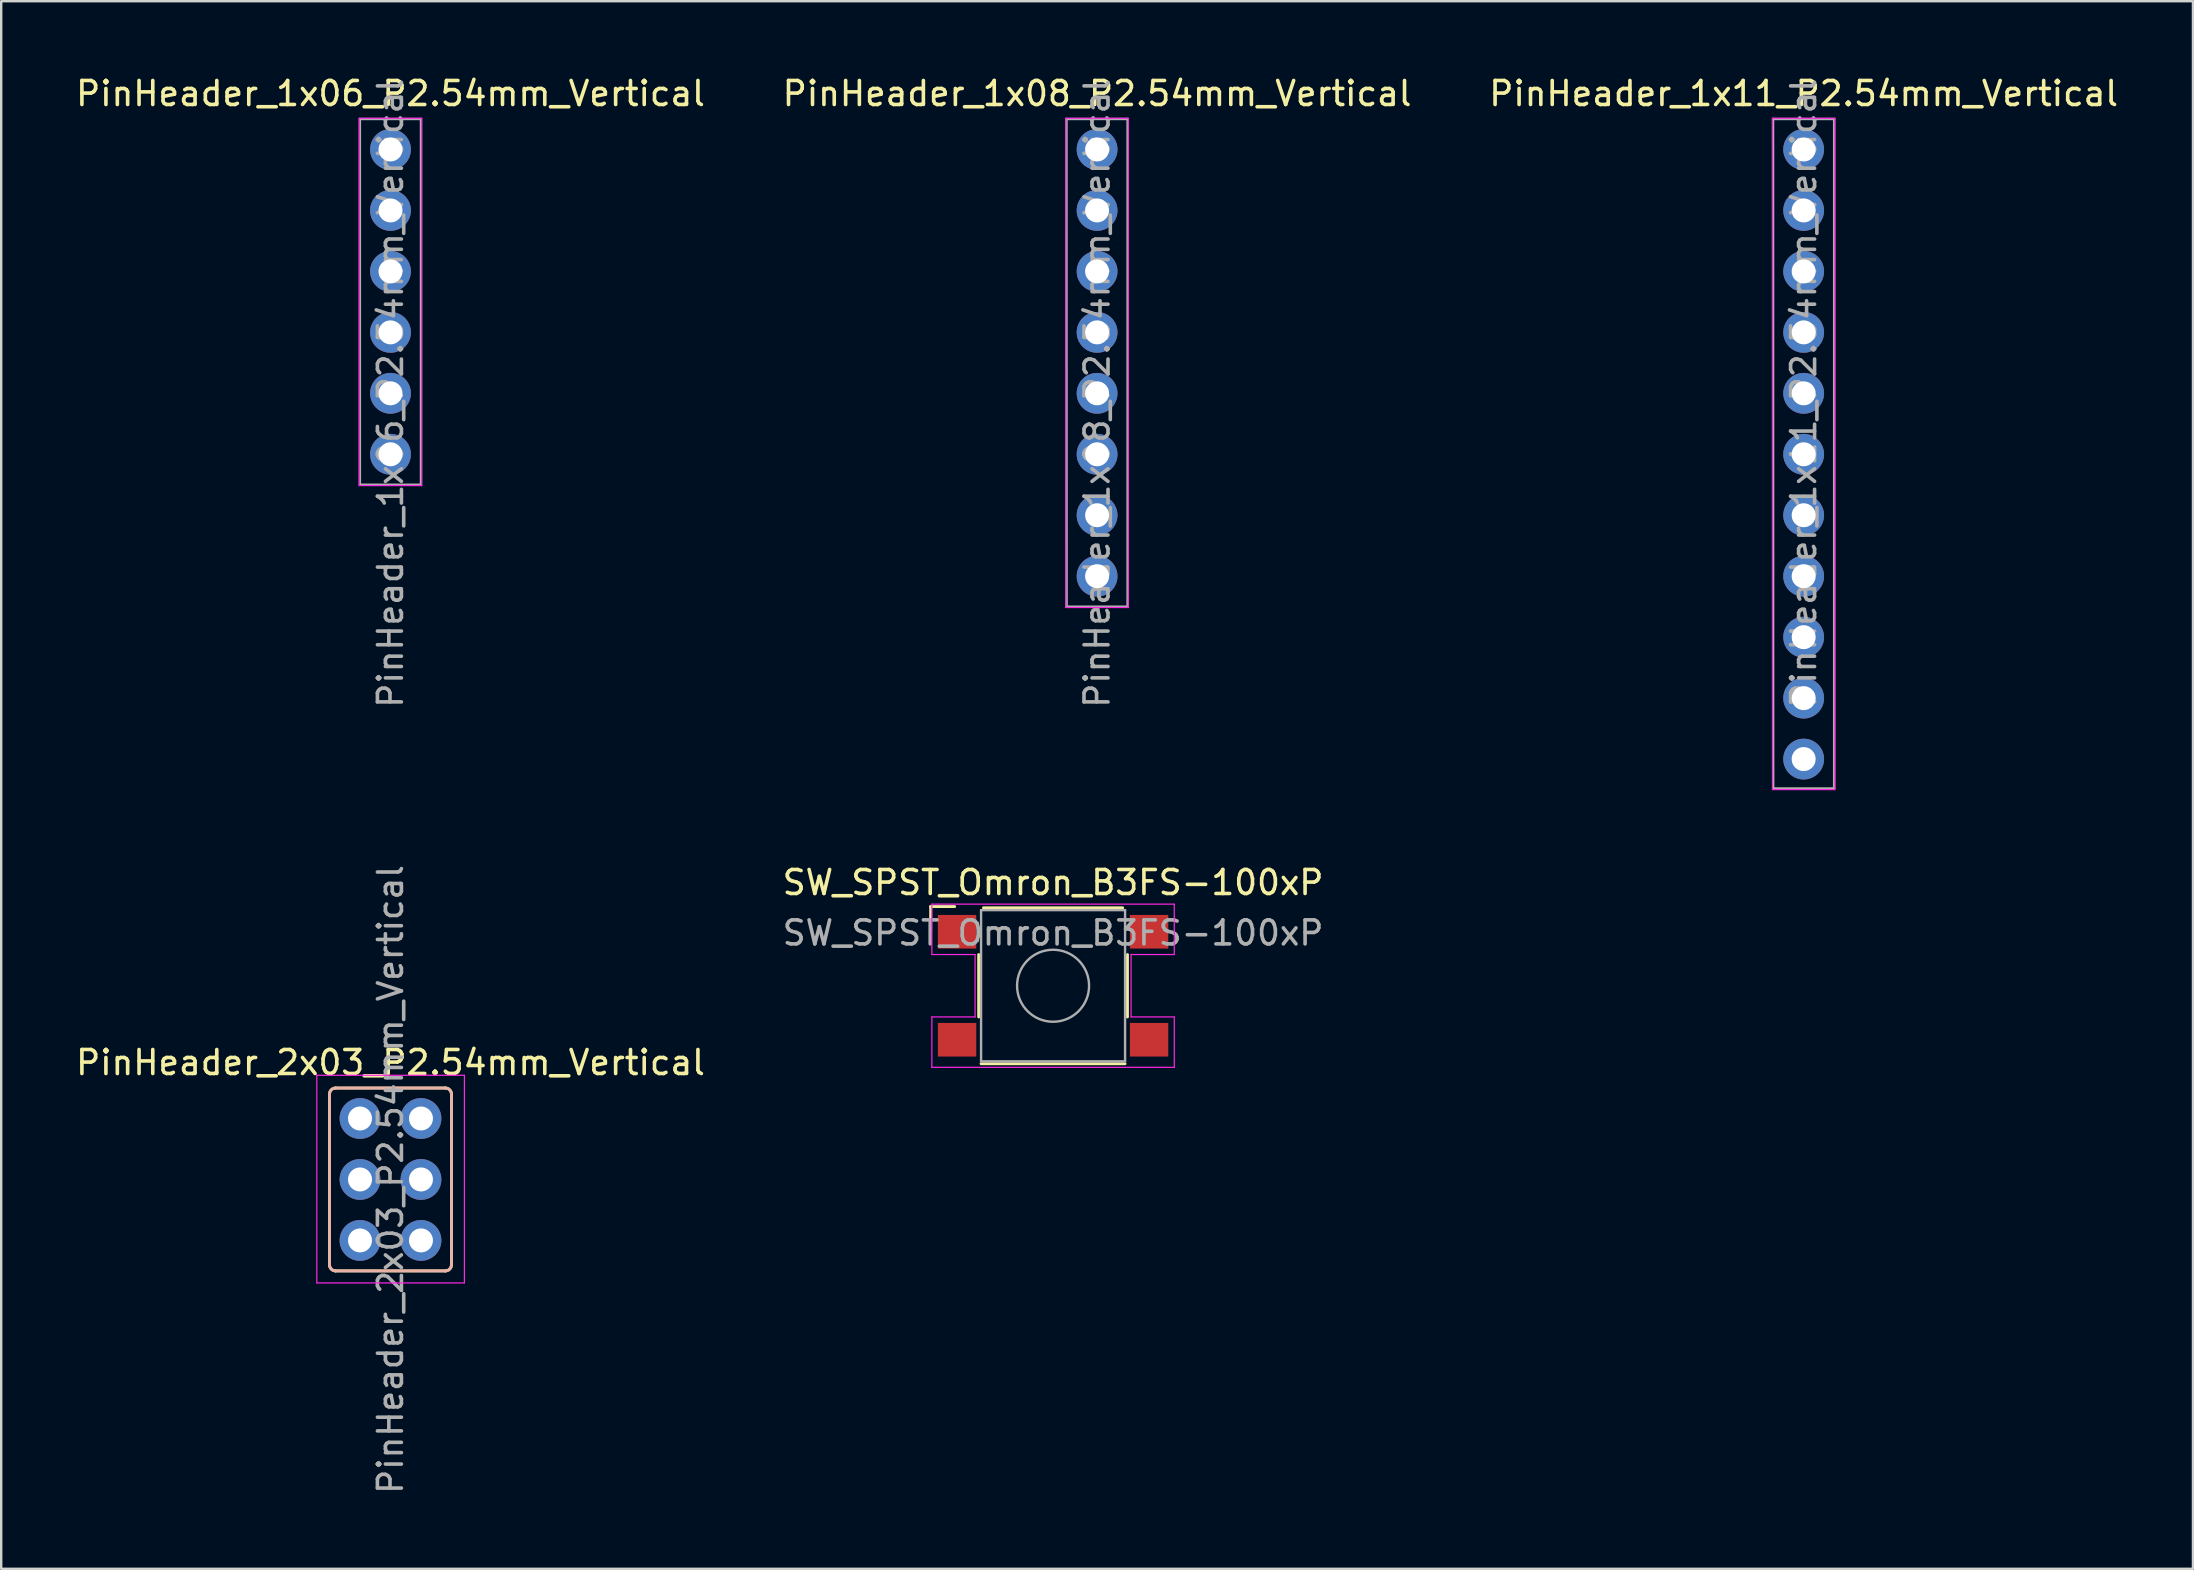
<source format=kicad_pcb>
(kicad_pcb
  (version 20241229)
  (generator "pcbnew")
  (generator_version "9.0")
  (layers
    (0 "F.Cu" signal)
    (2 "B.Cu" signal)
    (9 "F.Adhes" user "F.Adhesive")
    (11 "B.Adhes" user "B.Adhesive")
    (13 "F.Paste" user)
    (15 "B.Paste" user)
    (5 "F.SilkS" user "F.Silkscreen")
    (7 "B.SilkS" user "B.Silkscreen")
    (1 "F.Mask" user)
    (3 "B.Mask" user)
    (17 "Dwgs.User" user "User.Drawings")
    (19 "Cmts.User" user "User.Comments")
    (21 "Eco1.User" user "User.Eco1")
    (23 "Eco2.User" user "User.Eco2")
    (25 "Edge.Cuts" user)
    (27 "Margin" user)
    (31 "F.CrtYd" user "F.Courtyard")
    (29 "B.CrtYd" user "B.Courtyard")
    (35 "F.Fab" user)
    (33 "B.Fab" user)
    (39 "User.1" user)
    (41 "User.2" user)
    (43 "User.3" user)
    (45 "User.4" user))
  (footprint "PinHeader_2x03_P2.54mm_Vertical"
    (layer "F.Cu")
    (at 11.95 43.553)
    (property "Reference" "PinHeader_2x03_P2.54mm_Vertical" (at 1.27 -2.33 0) (layer "F.SilkS") (effects (font (size 1 1) (thickness 0.15))))
    (attr through_hole)
    (fp_line (start -1.27 -1.016) (end -1.27 6.096) (stroke (width 0.12) (type solid)) (layer "F.SilkS"))
    (fp_line (start -1.016 -1.27) (end 3.556 -1.27) (stroke (width 0.12) (type solid)) (layer "F.SilkS"))
    (fp_line (start -1.016 6.35) (end 3.556 6.35) (stroke (width 0.12) (type solid)) (layer "F.SilkS"))
    (fp_line (start 3.81 -1.016) (end 3.81 6.096) (stroke (width 0.12) (type solid)) (layer "F.SilkS"))
    (fp_arc (start -1.27 -1.016) (mid -1.195605 -1.195605) (end -1.016 -1.27) (stroke (width 0.12) (type solid)) (layer "F.SilkS"))
    (fp_arc (start -1.016 6.35) (mid -1.195605 6.275605) (end -1.27 6.096) (stroke (width 0.12) (type solid)) (layer "F.SilkS"))
    (fp_arc (start 3.556 -1.27) (mid 3.735605 -1.195605) (end 3.81 -1.016) (stroke (width 0.12) (type solid)) (layer "F.SilkS"))
    (fp_arc (start 3.81 6.096) (mid 3.735605 6.275605) (end 3.556 6.35) (stroke (width 0.12) (type solid)) (layer "F.SilkS"))
    (fp_line (start -1.27 6.096) (end -1.27 -1.016) (stroke (width 0.12) (type solid)) (layer "B.SilkS"))
    (fp_line (start -1.016 -1.27) (end 3.556 -1.27) (stroke (width 0.12) (type solid)) (layer "B.SilkS"))
    (fp_line (start -1.016 6.35) (end 3.556 6.35) (stroke (width 0.12) (type solid)) (layer "B.SilkS"))
    (fp_line (start 3.81 6.096) (end 3.81 -1.016) (stroke (width 0.12) (type solid)) (layer "B.SilkS"))
    (fp_arc (start -1.27 -1.016) (mid -1.195605 -1.195605) (end -1.016 -1.27) (stroke (width 0.12) (type solid)) (layer "B.SilkS"))
    (fp_arc (start -1.016 6.35) (mid -1.195605 6.275605) (end -1.27 6.096) (stroke (width 0.12) (type solid)) (layer "B.SilkS"))
    (fp_arc (start 3.556 -1.27) (mid 3.735605 -1.195605) (end 3.81 -1.016) (stroke (width 0.12) (type solid)) (layer "B.SilkS"))
    (fp_arc (start 3.81 6.096) (mid 3.735605 6.275605) (end 3.556 6.35) (stroke (width 0.12) (type solid)) (layer "B.SilkS"))
    (fp_line (start -1.8 -1.8) (end -1.8 6.85) (stroke (width 0.05) (type solid)) (layer "F.CrtYd"))
    (fp_line (start -1.8 6.85) (end 4.35 6.85) (stroke (width 0.05) (type solid)) (layer "F.CrtYd"))
    (fp_line (start 4.35 -1.8) (end -1.8 -1.8) (stroke (width 0.05) (type solid)) (layer "F.CrtYd"))
    (fp_line (start 4.35 6.85) (end 4.35 -1.8) (stroke (width 0.05) (type solid)) (layer "F.CrtYd"))
    (fp_text user "${REFERENCE}" (at 1.27 2.54 90) (layer "F.Fab") (effects (font (size 1 1) (thickness 0.15))))
    (pad "1" thru_hole oval (at 0 0) (size 1.7 1.7) (drill 1) (layers "*.Cu" "*.Mask"))
    (pad "2" thru_hole oval (at 2.54 0) (size 1.7 1.7) (drill 1) (layers "*.Cu" "*.Mask"))
    (pad "3" thru_hole oval (at 0 2.54) (size 1.7 1.7) (drill 1) (layers "*.Cu" "*.Mask"))
    (pad "4" thru_hole oval (at 2.54 2.54) (size 1.7 1.7) (drill 1) (layers "*.Cu" "*.Mask"))
    (pad "5" thru_hole oval (at 0 5.08) (size 1.7 1.7) (drill 1) (layers "*.Cu" "*.Mask"))
    (pad "6" thru_hole oval (at 2.54 5.08) (size 1.7 1.7) (drill 1) (layers "*.Cu" "*.Mask")))
  (footprint "PinHeader_1x06_P2.54mm_Vertical"
    (layer "F.Cu")
    (at 13.22 3.178)
    (property "Reference" "PinHeader_1x06_P2.54mm_Vertical" (at 0 -2.33 0) (layer "F.SilkS") (effects (font (size 1 1) (thickness 0.15))))
    (attr through_hole)
    (fp_line (start -1.3 -1.3) (end -1.3 14.005) (stroke (width 0.05) (type solid)) (layer "F.CrtYd"))
    (fp_line (start -1.3 14.005) (end 1.3 14.005) (stroke (width 0.05) (type solid)) (layer "F.CrtYd"))
    (fp_line (start 1.3 -1.3) (end -1.3 -1.3) (stroke (width 0.05) (type solid)) (layer "F.CrtYd"))
    (fp_line (start 1.3 14.005) (end 1.3 -1.3) (stroke (width 0.05) (type solid)) (layer "F.CrtYd"))
    (fp_line (start -1.275 -1.27) (end 1.27 -1.27) (stroke (width 0.1) (type solid)) (layer "F.Fab"))
    (fp_line (start -1.275 13.97) (end -1.275 -1.27) (stroke (width 0.1) (type solid)) (layer "F.Fab"))
    (fp_line (start 1.27 -1.27) (end 1.27 13.97) (stroke (width 0.1) (type solid)) (layer "F.Fab"))
    (fp_line (start 1.27 13.97) (end -1.27 13.97) (stroke (width 0.1) (type solid)) (layer "F.Fab"))
    (fp_text user "${REFERENCE}" (at 0 10.16 90) (layer "F.Fab") (effects (font (size 1 1) (thickness 0.15))))
    (pad "1" thru_hole circle (at 0 0) (size 1.7 1.7) (drill 1) (layers "*.Cu" "*.Mask"))
    (pad "2" thru_hole oval (at 0 2.54) (size 1.7 1.7) (drill 1) (layers "*.Cu" "*.Mask"))
    (pad "3" thru_hole oval (at 0 5.08) (size 1.7 1.7) (drill 1) (layers "*.Cu" "*.Mask"))
    (pad "4" thru_hole oval (at 0 7.62) (size 1.7 1.7) (drill 1) (layers "*.Cu" "*.Mask"))
    (pad "5" thru_hole oval (at 0 10.16) (size 1.7 1.7) (drill 1) (layers "*.Cu" "*.Mask"))
    (pad "6" thru_hole oval (at 0 12.7) (size 1.7 1.7) (drill 1) (layers "*.Cu" "*.Mask")))
  (footprint "SW_SPST_Omron_B3FS-100xP"
    (layer "F.Cu")
    (at 40.827 38.022)
    (property "Reference" "SW_SPST_Omron_B3FS-100xP" (at 0 -4.3 0) (layer "F.SilkS") (effects (font (size 1 1) (thickness 0.15))))
    (attr smd)
    (fp_line (start -5.1 -3.3) (end -4.1 -3.3) (stroke (width 0.12) (type solid)) (layer "F.SilkS"))
    (fp_line (start -5.1 -2.3) (end -5.1 -3.3) (stroke (width 0.12) (type solid)) (layer "F.SilkS"))
    (fp_line (start -3.1 -1.3) (end -3.1 1.3) (stroke (width 0.12) (type solid)) (layer "F.SilkS"))
    (fp_line (start 2.9 -3.25) (end -2.9 -3.25) (stroke (width 0.12) (type solid)) (layer "F.SilkS"))
    (fp_line (start 3 3.25) (end -3 3.25) (stroke (width 0.12) (type solid)) (layer "F.SilkS"))
    (fp_line (start 3.1 -1.3) (end 3.1 1.3) (stroke (width 0.12) (type solid)) (layer "F.SilkS"))
    (fp_line (start -5.05 -3.4) (end 5.05 -3.4) (stroke (width 0.05) (type solid)) (layer "F.CrtYd"))
    (fp_line (start -5.05 -1.3) (end -5.05 -3.4) (stroke (width 0.05) (type solid)) (layer "F.CrtYd"))
    (fp_line (start -5.05 1.3) (end -3.25 1.3) (stroke (width 0.05) (type solid)) (layer "F.CrtYd"))
    (fp_line (start -5.05 3.4) (end -5.05 1.3) (stroke (width 0.05) (type solid)) (layer "F.CrtYd"))
    (fp_line (start -3.25 -1.3) (end -5.05 -1.3) (stroke (width 0.05) (type solid)) (layer "F.CrtYd"))
    (fp_line (start -3.25 1.3) (end -3.25 -1.3) (stroke (width 0.05) (type solid)) (layer "F.CrtYd"))
    (fp_line (start 3.25 -1.3) (end 3.25 1.3) (stroke (width 0.05) (type solid)) (layer "F.CrtYd"))
    (fp_line (start 3.25 1.3) (end 5.05 1.3) (stroke (width 0.05) (type solid)) (layer "F.CrtYd"))
    (fp_line (start 5.05 -3.4) (end 5.05 -1.3) (stroke (width 0.05) (type solid)) (layer "F.CrtYd"))
    (fp_line (start 5.05 -1.3) (end 3.25 -1.3) (stroke (width 0.05) (type solid)) (layer "F.CrtYd"))
    (fp_line (start 5.05 1.3) (end 5.05 3.4) (stroke (width 0.05) (type solid)) (layer "F.CrtYd"))
    (fp_line (start 5.05 3.4) (end -5.05 3.4) (stroke (width 0.05) (type solid)) (layer "F.CrtYd"))
    (fp_line (start -3 -3.15) (end 3 -3.15) (stroke (width 0.1) (type solid)) (layer "F.Fab"))
    (fp_line (start -3 3.15) (end -3 -3.15) (stroke (width 0.1) (type solid)) (layer "F.Fab"))
    (fp_line (start 3 -3.15) (end 3 3.15) (stroke (width 0.1) (type solid)) (layer "F.Fab"))
    (fp_line (start 3 3.15) (end -3 3.15) (stroke (width 0.1) (type solid)) (layer "F.Fab"))
    (fp_circle (center 0 0) (end 1.5 0) (stroke (width 0.1) (type solid)) (fill no) (layer "F.Fab"))
    (fp_text user "${REFERENCE}" (at 0 -2.2 0) (layer "F.Fab") (effects (font (size 1 1) (thickness 0.15))))
    (pad "1" smd rect (at -4 -2.25 180) (size 1.6 1.4) (layers "F.Cu" "F.Mask" "F.Paste"))
    (pad "2" smd rect (at 4 -2.25 180) (size 1.6 1.4) (layers "F.Cu" "F.Mask" "F.Paste"))
    (pad "3" smd rect (at -4 2.25 180) (size 1.6 1.4) (layers "F.Cu" "F.Mask" "F.Paste"))
    (pad "4" smd rect (at 4 2.25 180) (size 1.6 1.4) (layers "F.Cu" "F.Mask" "F.Paste")))
  (footprint "PinHeader_1x11_P2.54mm_Vertical"
    (layer "F.Cu")
    (at 72.101 3.178)
    (property "Reference" "PinHeader_1x11_P2.54mm_Vertical" (at 0 -2.33 0) (layer "F.SilkS") (effects (font (size 1 1) (thickness 0.15))))
    (attr through_hole)
    (fp_line (start -1.3 -1.3) (end -1.3 26.67) (stroke (width 0.05) (type solid)) (layer "F.CrtYd"))
    (fp_line (start -1.3 26.67) (end 1.3 26.67) (stroke (width 0.05) (type solid)) (layer "F.CrtYd"))
    (fp_line (start 1.3 -1.3) (end -1.3 -1.3) (stroke (width 0.05) (type solid)) (layer "F.CrtYd"))
    (fp_line (start 1.3 26.67) (end 1.3 -1.3) (stroke (width 0.05) (type solid)) (layer "F.CrtYd"))
    (fp_line (start -1.275 -1.27) (end 1.27 -1.27) (stroke (width 0.1) (type solid)) (layer "F.Fab"))
    (fp_line (start -1.27 26.625) (end -1.275 -1.27) (stroke (width 0.1) (type solid)) (layer "F.Fab"))
    (fp_line (start 1.27 -1.27) (end 1.27 26.625) (stroke (width 0.1) (type solid)) (layer "F.Fab"))
    (fp_line (start 1.27 26.625) (end -1.27 26.625) (stroke (width 0.1) (type solid)) (layer "F.Fab"))
    (fp_text user "${REFERENCE}" (at 0 10.16 90) (layer "F.Fab") (effects (font (size 1 1) (thickness 0.15))))
    (pad "1" thru_hole oval (at 0 0) (size 1.7 1.7) (drill 1) (layers "*.Cu" "*.Mask"))
    (pad "2" thru_hole oval (at 0 2.54) (size 1.7 1.7) (drill 1) (layers "*.Cu" "*.Mask"))
    (pad "3" thru_hole oval (at 0 5.08) (size 1.7 1.7) (drill 1) (layers "*.Cu" "*.Mask"))
    (pad "4" thru_hole oval (at 0 7.62) (size 1.7 1.7) (drill 1) (layers "*.Cu" "*.Mask"))
    (pad "5" thru_hole oval (at 0 10.16) (size 1.7 1.7) (drill 1) (layers "*.Cu" "*.Mask"))
    (pad "6" thru_hole oval (at 0 12.7) (size 1.7 1.7) (drill 1) (layers "*.Cu" "*.Mask"))
    (pad "7" thru_hole oval (at 0 15.24) (size 1.7 1.7) (drill 1) (layers "*.Cu" "*.Mask"))
    (pad "8" thru_hole oval (at 0 17.78) (size 1.7 1.7) (drill 1) (layers "*.Cu" "*.Mask"))
    (pad "9" thru_hole oval (at 0 20.32) (size 1.7 1.7) (drill 1) (layers "*.Cu" "*.Mask"))
    (pad "10" thru_hole oval (at 0 22.86) (size 1.7 1.7) (drill 1) (layers "*.Cu" "*.Mask"))
    (pad "11" thru_hole oval (at 0 25.4) (size 1.7 1.7) (drill 1) (layers "*.Cu" "*.Mask")))
  (footprint "PinHeader_1x08_P2.54mm_Vertical"
    (layer "F.Cu")
    (at 42.661 3.178)
    (property "Reference" "PinHeader_1x08_P2.54mm_Vertical" (at 0 -2.33 0) (layer "F.SilkS") (effects (font (size 1 1) (thickness 0.15))))
    (attr through_hole)
    (fp_line (start -1.3 -1.3) (end -1.3 19.085) (stroke (width 0.05) (type solid)) (layer "F.CrtYd"))
    (fp_line (start -1.3 19.085) (end 1.3 19.085) (stroke (width 0.05) (type solid)) (layer "F.CrtYd"))
    (fp_line (start 1.3 -1.3) (end -1.3 -1.3) (stroke (width 0.05) (type solid)) (layer "F.CrtYd"))
    (fp_line (start 1.3 19.085) (end 1.3 -1.3) (stroke (width 0.05) (type solid)) (layer "F.CrtYd"))
    (fp_line (start -1.275 -1.27) (end 1.27 -1.27) (stroke (width 0.1) (type solid)) (layer "F.Fab"))
    (fp_line (start -1.27 19.05) (end -1.275 -1.27) (stroke (width 0.1) (type solid)) (layer "F.Fab"))
    (fp_line (start 1.27 -1.27) (end 1.27 19.05) (stroke (width 0.1) (type solid)) (layer "F.Fab"))
    (fp_line (start 1.27 19.05) (end -1.27 19.05) (stroke (width 0.1) (type solid)) (layer "F.Fab"))
    (fp_text user "${REFERENCE}" (at 0 10.16 90) (layer "F.Fab") (effects (font (size 1 1) (thickness 0.15))))
    (pad "1" thru_hole oval (at 0 0) (size 1.7 1.7) (drill 1) (layers "*.Cu" "*.Mask"))
    (pad "2" thru_hole oval (at 0 2.54) (size 1.7 1.7) (drill 1) (layers "*.Cu" "*.Mask"))
    (pad "3" thru_hole oval (at 0 5.08) (size 1.7 1.7) (drill 1) (layers "*.Cu" "*.Mask"))
    (pad "4" thru_hole oval (at 0 7.62) (size 1.7 1.7) (drill 1) (layers "*.Cu" "*.Mask"))
    (pad "5" thru_hole oval (at 0 10.16) (size 1.7 1.7) (drill 1) (layers "*.Cu" "*.Mask"))
    (pad "6" thru_hole oval (at 0 12.7) (size 1.7 1.7) (drill 1) (layers "*.Cu" "*.Mask"))
    (pad "7" thru_hole oval (at 0 15.24) (size 1.7 1.7) (drill 1) (layers "*.Cu" "*.Mask"))
    (pad "8" thru_hole oval (at 0 17.78) (size 1.7 1.7) (drill 1) (layers "*.Cu" "*.Mask")))
  (gr_rect
    (start -3 -3)
    (end 88.321 62.314)
    (stroke (width 0.1) (type default))
    (fill no)
    (layer "Edge.Cuts")))
</source>
